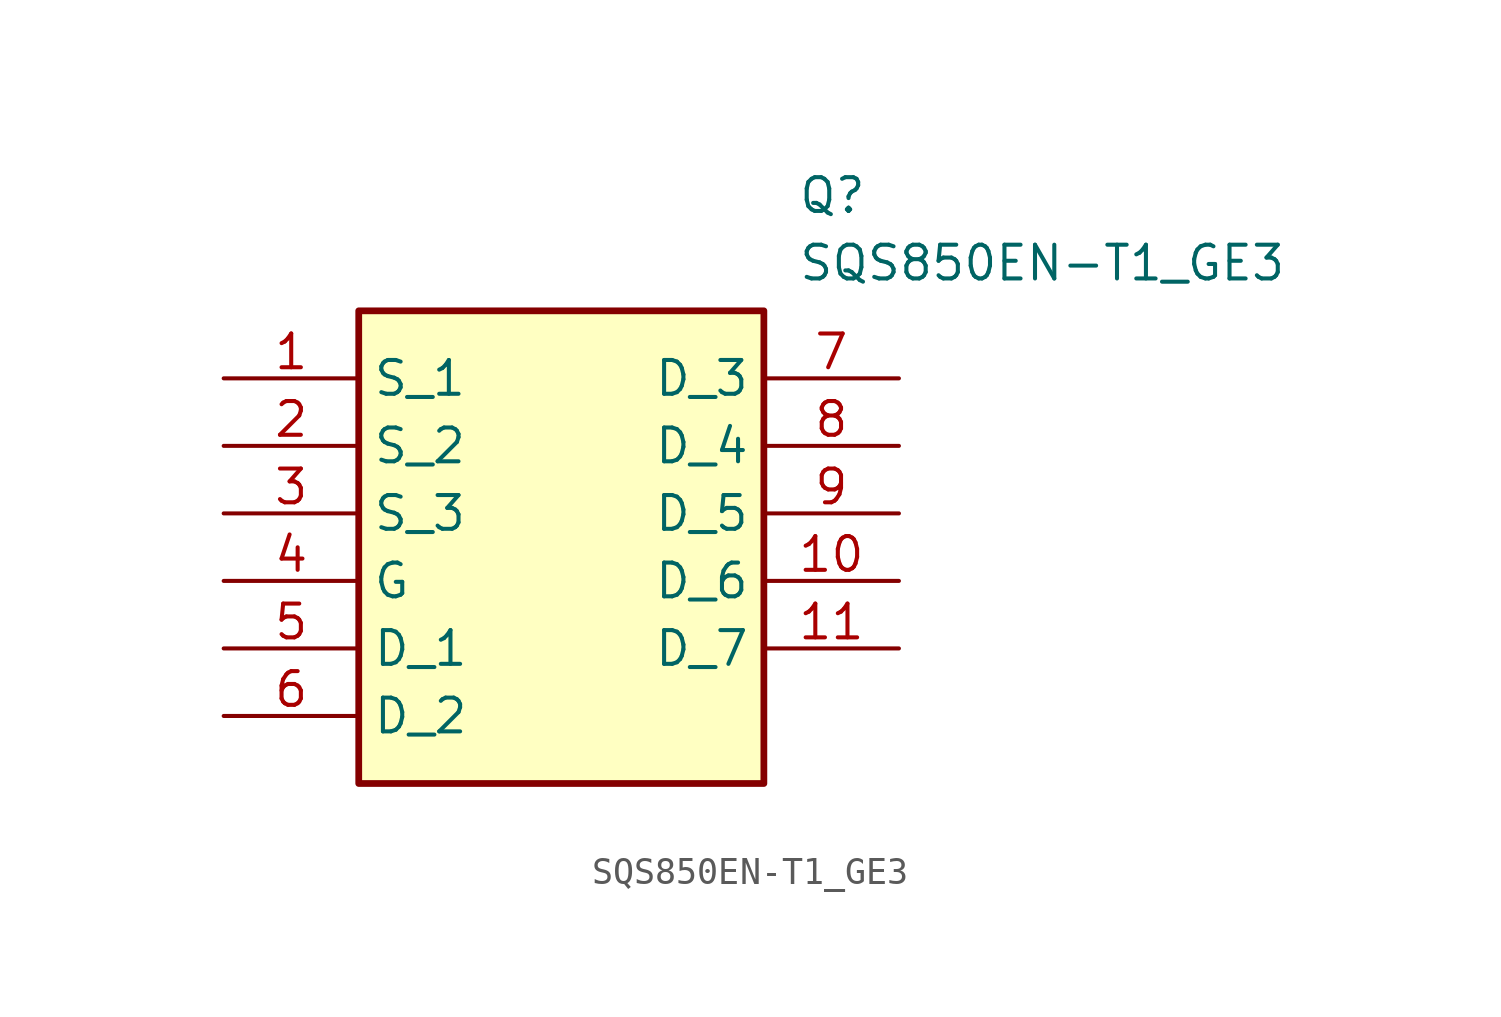
<source format=kicad_sym>
(kicad_symbol_lib
  (version 20211014)
  (generator SamacSys_ECAD_Model)
  (symbol "SQS850EN-T1_GE3"
    (property "Reference" "Q"
      (at 21.59 7.62 0)
      (effects (font (size 1.27 1.27)) (justify left top)))
    (property "Value" "SQS850EN-T1_GE3"
      (at 21.59 5.08 0)
      (effects (font (size 1.27 1.27)) (justify left top)))
    (rectangle
      (start 5.08 2.54)
      (end 20.32 -15.24)
      (stroke (width 0.254) (type default))
      (fill (type background)))
    (pin passive line
      (at 0 0 0)
      (length 5.08)
      (name "S_1" (effects (font (size 1.27 1.27))))
      (number "1" (effects (font (size 1.27 1.27)))))
    (pin passive line
      (at 0 -2.54 0)
      (length 5.08)
      (name "S_2" (effects (font (size 1.27 1.27))))
      (number "2" (effects (font (size 1.27 1.27)))))
    (pin passive line
      (at 0 -5.08 0)
      (length 5.08)
      (name "S_3" (effects (font (size 1.27 1.27))))
      (number "3" (effects (font (size 1.27 1.27)))))
    (pin passive line
      (at 0 -7.62 0)
      (length 5.08)
      (name "G" (effects (font (size 1.27 1.27))))
      (number "4" (effects (font (size 1.27 1.27)))))
    (pin passive line
      (at 0 -10.16 0)
      (length 5.08)
      (name "D_1" (effects (font (size 1.27 1.27))))
      (number "5" (effects (font (size 1.27 1.27)))))
    (pin passive line
      (at 0 -12.7 0)
      (length 5.08)
      (name "D_2" (effects (font (size 1.27 1.27))))
      (number "6" (effects (font (size 1.27 1.27)))))
    (pin passive line
      (at 25.4 0 180)
      (length 5.08)
      (name "D_3" (effects (font (size 1.27 1.27))))
      (number "7" (effects (font (size 1.27 1.27)))))
    (pin passive line
      (at 25.4 -2.54 180)
      (length 5.08)
      (name "D_4" (effects (font (size 1.27 1.27))))
      (number "8" (effects (font (size 1.27 1.27)))))
    (pin passive line
      (at 25.4 -5.08 180)
      (length 5.08)
      (name "D_5" (effects (font (size 1.27 1.27))))
      (number "9" (effects (font (size 1.27 1.27)))))
    (pin passive line
      (at 25.4 -7.62 180)
      (length 5.08)
      (name "D_6" (effects (font (size 1.27 1.27))))
      (number "10" (effects (font (size 1.27 1.27)))))
    (pin passive line
      (at 25.4 -10.16 180)
      (length 5.08)
      (name "D_7" (effects (font (size 1.27 1.27))))
      (number "11" (effects (font (size 1.27 1.27)))))))
</source>
